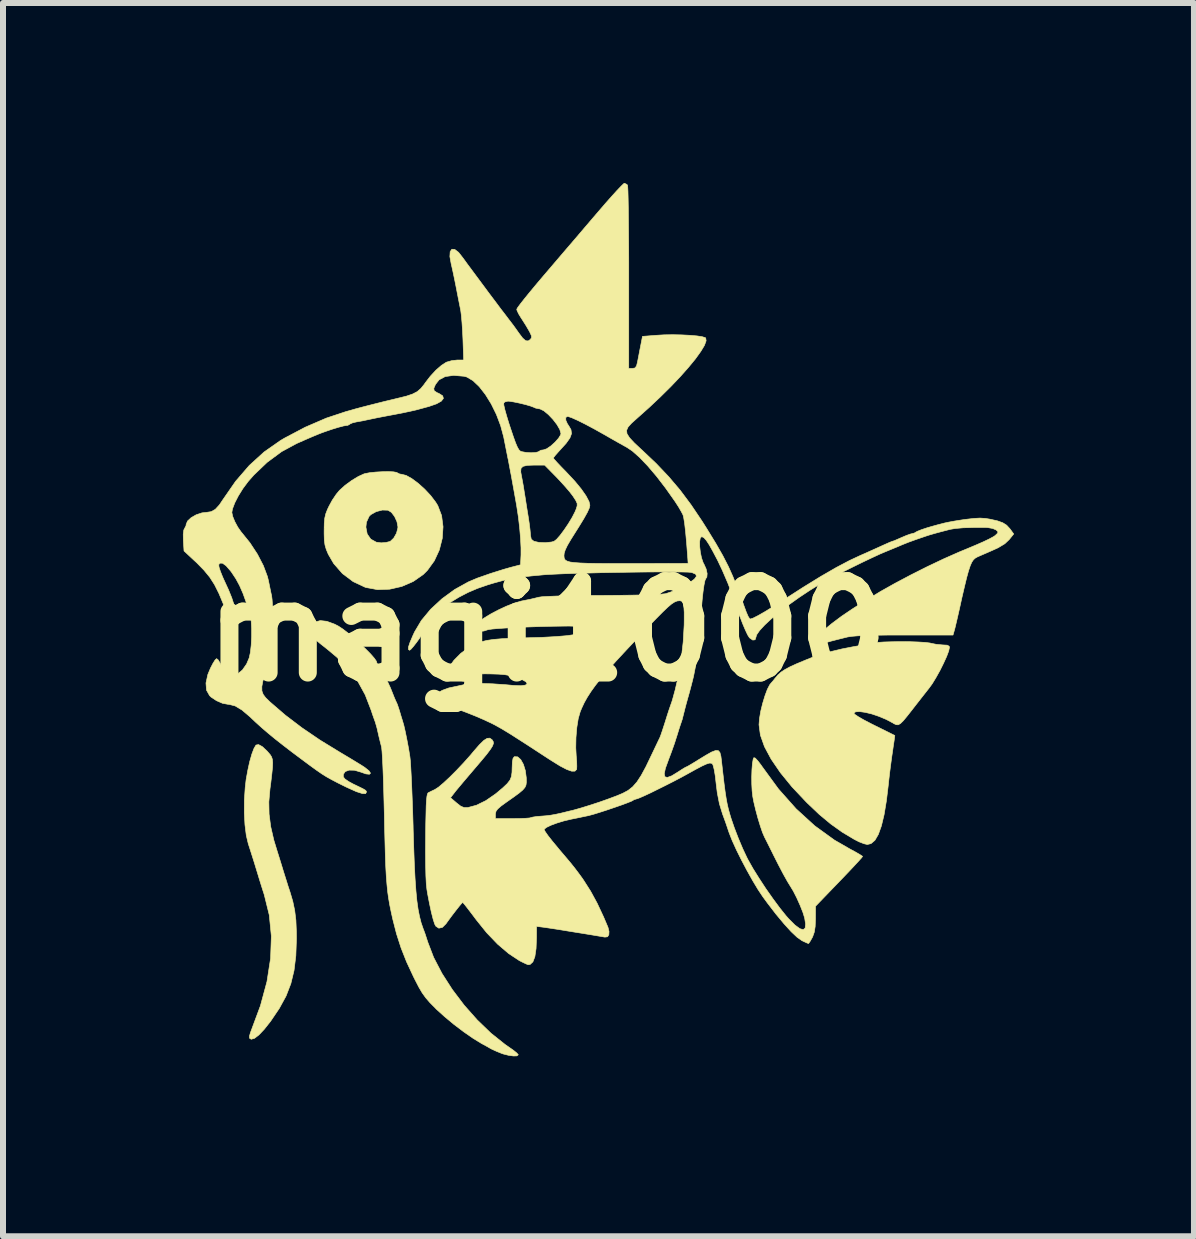
<source format=kicad_pcb>
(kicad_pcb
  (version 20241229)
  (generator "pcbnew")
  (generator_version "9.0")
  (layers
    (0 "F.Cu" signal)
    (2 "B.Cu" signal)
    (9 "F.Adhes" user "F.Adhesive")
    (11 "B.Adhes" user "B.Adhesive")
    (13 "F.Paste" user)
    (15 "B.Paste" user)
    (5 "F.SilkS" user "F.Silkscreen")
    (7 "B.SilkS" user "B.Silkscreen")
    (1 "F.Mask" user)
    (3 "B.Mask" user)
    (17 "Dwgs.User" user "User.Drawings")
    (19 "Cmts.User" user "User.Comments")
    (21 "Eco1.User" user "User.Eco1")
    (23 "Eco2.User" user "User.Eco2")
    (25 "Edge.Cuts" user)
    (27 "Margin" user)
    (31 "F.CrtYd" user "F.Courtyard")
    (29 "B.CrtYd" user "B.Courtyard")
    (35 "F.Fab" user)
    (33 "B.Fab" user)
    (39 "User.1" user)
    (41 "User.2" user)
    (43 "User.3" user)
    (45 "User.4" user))
  (footprint "magi1000"
    (layer "F.Cu")
    (at 6.073 7.473)
    (property "Reference" "magi1000" (at 0 0 0) (layer "F.SilkS") (effects (font (size 1.524 1.524) (thickness 0.3))))
    (attr through_hole)
    (fp_poly (pts (xy -4.75 1.924) (xy -4.671 1.998) (xy -4.65 2.022) (xy -4.618 2.059) (xy -4.596 2.095) (xy -4.582 2.137) (xy -4.577 2.193) (xy -4.58 2.27) (xy -4.591 2.378) (xy -4.608 2.524) (xy -4.622 2.629) (xy -4.641 2.845) (xy -4.637 3.049) (xy -4.61 3.258) (xy -4.558 3.483) (xy -4.501 3.67) (xy -4.468 3.775) (xy -4.429 3.901) (xy -4.395 4.013) (xy -4.358 4.13) (xy -4.32 4.252) (xy -4.288 4.348) (xy -4.242 4.504) (xy -4.21 4.656) (xy -4.19 4.818) (xy -4.182 5.008) (xy -4.181 5.131) (xy -4.191 5.411) (xy -4.221 5.656) (xy -4.274 5.875) (xy -4.354 6.082) (xy -4.466 6.287) (xy -4.612 6.503) (xy -4.616 6.508) (xy -4.718 6.637) (xy -4.807 6.731) (xy -4.88 6.787) (xy -4.935 6.803) (xy -4.964 6.784) (xy -4.964 6.749) (xy -4.946 6.687) (xy -4.937 6.664) (xy -4.781 6.244) (xy -4.672 5.841) (xy -4.612 5.454) (xy -4.599 5.084) (xy -4.634 4.731) (xy -4.717 4.395) (xy -4.725 4.369) (xy -4.741 4.32) (xy -4.768 4.235) (xy -4.802 4.125) (xy -4.839 4.003) (xy -4.84 4) (xy -4.881 3.866) (xy -4.923 3.733) (xy -4.96 3.617) (xy -4.984 3.543) (xy -5.017 3.404) (xy -5.039 3.228) (xy -5.05 3.028) (xy -5.049 2.817) (xy -5.035 2.607) (xy -5.02 2.476) (xy -4.992 2.32) (xy -4.96 2.174) (xy -4.924 2.048) (xy -4.888 1.953) (xy -4.855 1.898) (xy -4.855 1.898) (xy -4.813 1.89) (xy -4.75 1.924)) (stroke (width 0.01) (type solid)) (fill yes) (layer "F.SilkS"))
    (fp_poly (pts (xy -2.565 -2.657) (xy -2.514 -2.648) (xy -2.506 -2.644) (xy -2.46 -2.621) (xy -2.427 -2.616) (xy -2.352 -2.597) (xy -2.257 -2.544) (xy -2.151 -2.465) (xy -2.043 -2.368) (xy -1.944 -2.262) (xy -1.861 -2.153) (xy -1.825 -2.095) (xy -1.761 -1.928) (xy -1.737 -1.741) (xy -1.75 -1.547) (xy -1.799 -1.354) (xy -1.882 -1.174) (xy -1.997 -1.015) (xy -2.066 -0.946) (xy -2.234 -0.829) (xy -2.425 -0.746) (xy -2.627 -0.7) (xy -2.829 -0.693) (xy -3.019 -0.728) (xy -3.036 -0.733) (xy -3.236 -0.827) (xy -3.414 -0.961) (xy -3.56 -1.128) (xy -3.65 -1.283) (xy -3.684 -1.364) (xy -3.705 -1.436) (xy -3.716 -1.516) (xy -3.719 -1.623) (xy -3.719 -1.676) (xy -3.718 -1.735) (xy -3.023 -1.735) (xy -3.001 -1.62) (xy -2.942 -1.535) (xy -2.85 -1.484) (xy -2.769 -1.473) (xy -2.689 -1.479) (xy -2.625 -1.495) (xy -2.615 -1.499) (xy -2.559 -1.552) (xy -2.513 -1.633) (xy -2.49 -1.721) (xy -2.489 -1.74) (xy -2.505 -1.825) (xy -2.544 -1.911) (xy -2.597 -1.981) (xy -2.654 -2.017) (xy -2.654 -2.017) (xy -2.749 -2.02) (xy -2.852 -1.993) (xy -2.94 -1.944) (xy -2.97 -1.914) (xy -3.014 -1.817) (xy -3.023 -1.735) (xy -3.718 -1.735) (xy -3.717 -1.797) (xy -3.709 -1.884) (xy -3.692 -1.957) (xy -3.663 -2.032) (xy -3.638 -2.084) (xy -3.583 -2.185) (xy -3.517 -2.283) (xy -3.464 -2.347) (xy -3.371 -2.431) (xy -3.261 -2.512) (xy -3.15 -2.579) (xy -3.054 -2.623) (xy -3.035 -2.628) (xy -2.957 -2.643) (xy -2.858 -2.653) (xy -2.75 -2.659) (xy -2.648 -2.661) (xy -2.565 -2.657)) (stroke (width 0.01) (type solid)) (fill yes) (layer "F.SilkS"))
    (fp_poly (pts (xy 6.048 0.175) (xy 6.186 0.18) (xy 6.302 0.187) (xy 6.382 0.197) (xy 6.401 0.202) (xy 6.487 0.219) (xy 6.583 0.228) (xy 6.597 0.229) (xy 6.669 0.233) (xy 6.701 0.251) (xy 6.706 0.27) (xy 6.693 0.33) (xy 6.659 0.421) (xy 6.608 0.533) (xy 6.548 0.654) (xy 6.482 0.772) (xy 6.418 0.877) (xy 6.368 0.946) (xy 6.287 1.049) (xy 6.193 1.169) (xy 6.104 1.283) (xy 6.088 1.304) (xy 6 1.416) (xy 5.936 1.493) (xy 5.889 1.539) (xy 5.852 1.56) (xy 5.819 1.559) (xy 5.781 1.542) (xy 5.761 1.529) (xy 5.652 1.471) (xy 5.533 1.421) (xy 5.413 1.38) (xy 5.301 1.353) (xy 5.207 1.34) (xy 5.141 1.344) (xy 5.112 1.366) (xy 5.13 1.388) (xy 5.188 1.427) (xy 5.28 1.48) (xy 5.401 1.543) (xy 5.449 1.567) (xy 5.795 1.739) (xy 5.783 1.828) (xy 5.772 1.899) (xy 5.758 1.998) (xy 5.742 2.105) (xy 5.742 2.108) (xy 5.726 2.226) (xy 5.708 2.367) (xy 5.692 2.507) (xy 5.689 2.54) (xy 5.655 2.824) (xy 5.616 3.059) (xy 5.571 3.246) (xy 5.52 3.388) (xy 5.463 3.486) (xy 5.398 3.541) (xy 5.336 3.556) (xy 5.281 3.543) (xy 5.2 3.512) (xy 5.118 3.47) (xy 4.916 3.349) (xy 4.727 3.214) (xy 4.538 3.057) (xy 4.338 2.867) (xy 4.317 2.846) (xy 4.082 2.597) (xy 3.888 2.359) (xy 3.734 2.134) (xy 3.622 1.925) (xy 3.554 1.733) (xy 3.531 1.56) (xy 3.531 1.558) (xy 3.539 1.455) (xy 3.56 1.332) (xy 3.592 1.202) (xy 3.63 1.077) (xy 3.67 0.969) (xy 3.71 0.892) (xy 3.733 0.864) (xy 3.758 0.836) (xy 3.797 0.787) (xy 3.803 0.78) (xy 3.846 0.729) (xy 3.897 0.683) (xy 3.962 0.64) (xy 4.049 0.593) (xy 4.165 0.54) (xy 4.317 0.477) (xy 4.432 0.431) (xy 4.563 0.386) (xy 4.728 0.34) (xy 4.911 0.296) (xy 5.095 0.26) (xy 5.118 0.256) (xy 5.231 0.236) (xy 5.343 0.214) (xy 5.419 0.199) (xy 5.497 0.188) (xy 5.611 0.18) (xy 5.748 0.176) (xy 5.898 0.174) (xy 6.048 0.175)) (stroke (width 0.01) (type solid)) (fill yes) (layer "F.SilkS"))
    (fp_poly (pts (xy -3.675 -0.165) (xy -3.544 -0.117) (xy -3.482 -0.085) (xy -3.412 -0.039) (xy -3.323 0.029) (xy -3.225 0.112) (xy -3.124 0.203) (xy -3.028 0.295) (xy -2.945 0.379) (xy -2.883 0.45) (xy -2.849 0.499) (xy -2.845 0.513) (xy -2.83 0.555) (xy -2.81 0.582) (xy -2.769 0.641) (xy -2.717 0.732) (xy -2.662 0.84) (xy -2.612 0.949) (xy -2.58 1.029) (xy -2.55 1.105) (xy -2.525 1.163) (xy -2.516 1.181) (xy -2.499 1.219) (xy -2.476 1.287) (xy -2.465 1.321) (xy -2.44 1.406) (xy -2.417 1.48) (xy -2.411 1.499) (xy -2.39 1.572) (xy -2.365 1.681) (xy -2.338 1.815) (xy -2.311 1.959) (xy -2.289 2.095) (xy -2.282 2.16) (xy -2.275 2.269) (xy -2.267 2.416) (xy -2.259 2.593) (xy -2.251 2.794) (xy -2.243 3.013) (xy -2.236 3.243) (xy -2.235 3.302) (xy -2.225 3.622) (xy -2.215 3.895) (xy -2.203 4.129) (xy -2.189 4.326) (xy -2.173 4.493) (xy -2.153 4.635) (xy -2.129 4.756) (xy -2.102 4.862) (xy -2.069 4.958) (xy -2.056 4.991) (xy -2.037 5.043) (xy -2.011 5.123) (xy -1.992 5.182) (xy -1.894 5.438) (xy -1.755 5.705) (xy -1.583 5.973) (xy -1.385 6.235) (xy -1.167 6.481) (xy -0.937 6.703) (xy -0.701 6.891) (xy -0.639 6.934) (xy -0.563 6.987) (xy -0.508 7.032) (xy -0.483 7.06) (xy -0.483 7.062) (xy -0.505 7.08) (xy -0.562 7.082) (xy -0.643 7.071) (xy -0.734 7.048) (xy -0.762 7.038) (xy -0.846 7.004) (xy -0.92 6.97) (xy -0.94 6.96) (xy -1.004 6.923) (xy -1.083 6.88) (xy -1.098 6.872) (xy -1.235 6.788) (xy -1.392 6.679) (xy -1.557 6.554) (xy -1.713 6.424) (xy -1.849 6.301) (xy -1.864 6.285) (xy -1.955 6.193) (xy -2.025 6.112) (xy -2.084 6.03) (xy -2.141 5.933) (xy -2.206 5.807) (xy -2.228 5.763) (xy -2.345 5.512) (xy -2.437 5.279) (xy -2.513 5.043) (xy -2.575 4.801) (xy -2.602 4.679) (xy -2.625 4.567) (xy -2.644 4.457) (xy -2.66 4.344) (xy -2.672 4.222) (xy -2.683 4.084) (xy -2.692 3.923) (xy -2.699 3.734) (xy -2.705 3.51) (xy -2.712 3.246) (xy -2.715 3.073) (xy -2.721 2.843) (xy -2.727 2.626) (xy -2.733 2.428) (xy -2.74 2.255) (xy -2.747 2.112) (xy -2.754 2.006) (xy -2.76 1.943) (xy -2.762 1.93) (xy -2.782 1.853) (xy -2.806 1.755) (xy -2.818 1.702) (xy -2.838 1.614) (xy -2.859 1.541) (xy -2.868 1.511) (xy -2.887 1.459) (xy -2.915 1.38) (xy -2.934 1.321) (xy -3.034 1.062) (xy -3.159 0.834) (xy -3.315 0.627) (xy -3.51 0.431) (xy -3.668 0.299) (xy -3.776 0.214) (xy -3.85 0.152) (xy -3.897 0.108) (xy -3.923 0.074) (xy -3.934 0.043) (xy -3.937 0.007) (xy -3.937 -0.001) (xy -3.919 -0.094) (xy -3.867 -0.153) (xy -3.784 -0.177) (xy -3.675 -0.165)) (stroke (width 0.01) (type solid)) (fill yes) (layer "F.SilkS"))
    (fp_poly (pts (xy 1.327 -7.449) (xy 1.338 -7.436) (xy 1.342 -7.405) (xy 1.346 -7.329) (xy 1.349 -7.21) (xy 1.352 -7.054) (xy 1.354 -6.866) (xy 1.356 -6.649) (xy 1.358 -6.409) (xy 1.359 -6.15) (xy 1.359 -5.893) (xy 1.359 -4.381) (xy 1.422 -4.381) (xy 1.464 -4.389) (xy 1.489 -4.423) (xy 1.504 -4.483) (xy 1.52 -4.564) (xy 1.54 -4.669) (xy 1.556 -4.75) (xy 1.588 -4.915) (xy 1.816 -4.933) (xy 1.951 -4.941) (xy 2.096 -4.943) (xy 2.242 -4.94) (xy 2.379 -4.933) (xy 2.496 -4.923) (xy 2.586 -4.909) (xy 2.636 -4.893) (xy 2.642 -4.888) (xy 2.649 -4.842) (xy 2.621 -4.765) (xy 2.56 -4.664) (xy 2.471 -4.54) (xy 2.355 -4.399) (xy 2.217 -4.243) (xy 2.059 -4.077) (xy 1.885 -3.905) (xy 1.698 -3.729) (xy 1.502 -3.554) (xy 1.492 -3.545) (xy 1.405 -3.467) (xy 1.348 -3.404) (xy 1.323 -3.348) (xy 1.33 -3.291) (xy 1.372 -3.225) (xy 1.449 -3.142) (xy 1.563 -3.035) (xy 1.581 -3.019) (xy 1.817 -2.795) (xy 2.024 -2.577) (xy 2.215 -2.352) (xy 2.398 -2.107) (xy 2.583 -1.832) (xy 2.665 -1.702) (xy 2.81 -1.465) (xy 2.927 -1.26) (xy 3.02 -1.079) (xy 3.094 -0.914) (xy 3.135 -0.81) (xy 3.171 -0.714) (xy 3.202 -0.63) (xy 3.223 -0.576) (xy 3.225 -0.572) (xy 3.248 -0.513) (xy 3.275 -0.438) (xy 3.277 -0.432) (xy 3.32 -0.315) (xy 3.352 -0.242) (xy 3.375 -0.208) (xy 3.385 -0.203) (xy 3.432 -0.218) (xy 3.517 -0.261) (xy 3.636 -0.329) (xy 3.787 -0.423) (xy 3.937 -0.52) (xy 4.267 -0.732) (xy 4.559 -0.912) (xy 4.817 -1.061) (xy 5.041 -1.179) (xy 5.221 -1.263) (xy 5.308 -1.301) (xy 5.419 -1.351) (xy 5.532 -1.402) (xy 5.545 -1.408) (xy 5.636 -1.449) (xy 5.708 -1.481) (xy 5.749 -1.497) (xy 5.755 -1.499) (xy 5.784 -1.508) (xy 5.844 -1.534) (xy 5.908 -1.562) (xy 5.988 -1.596) (xy 6.052 -1.619) (xy 6.08 -1.626) (xy 6.123 -1.637) (xy 6.13 -1.643) (xy 6.168 -1.664) (xy 6.24 -1.693) (xy 6.333 -1.724) (xy 6.426 -1.751) (xy 6.513 -1.775) (xy 6.607 -1.799) (xy 6.617 -1.802) (xy 6.687 -1.817) (xy 6.79 -1.836) (xy 6.909 -1.855) (xy 6.972 -1.864) (xy 7.11 -1.88) (xy 7.215 -1.886) (xy 7.306 -1.88) (xy 7.379 -1.868) (xy 7.505 -1.84) (xy 7.594 -1.808) (xy 7.658 -1.768) (xy 7.709 -1.713) (xy 7.718 -1.702) (xy 7.777 -1.621) (xy 7.702 -1.528) (xy 7.628 -1.458) (xy 7.517 -1.391) (xy 7.427 -1.35) (xy 7.327 -1.306) (xy 7.239 -1.268) (xy 7.177 -1.241) (xy 7.167 -1.236) (xy 7.134 -1.217) (xy 7.105 -1.19) (xy 7.078 -1.15) (xy 7.052 -1.091) (xy 7.024 -1.007) (xy 6.993 -0.895) (xy 6.957 -0.747) (xy 6.913 -0.559) (xy 6.874 -0.381) (xy 6.846 -0.258) (xy 6.82 -0.146) (xy 6.799 -0.058) (xy 6.787 -0.013) (xy 6.765 0.064) (xy 5.954 0.064) (xy 5.695 0.064) (xy 5.482 0.067) (xy 5.312 0.071) (xy 5.179 0.077) (xy 5.082 0.085) (xy 5.014 0.095) (xy 5.004 0.097) (xy 4.847 0.136) (xy 4.731 0.166) (xy 4.647 0.19) (xy 4.594 0.208) (xy 4.515 0.224) (xy 4.454 0.224) (xy 4.381 0.216) (xy 4.493 0.095) (xy 4.6 -0.008) (xy 4.741 -0.125) (xy 4.904 -0.247) (xy 5.078 -0.365) (xy 5.126 -0.396) (xy 5.213 -0.45) (xy 5.292 -0.5) (xy 5.344 -0.533) (xy 5.345 -0.533) (xy 5.552 -0.66) (xy 5.794 -0.796) (xy 6.06 -0.937) (xy 6.336 -1.076) (xy 6.61 -1.206) (xy 6.87 -1.321) (xy 7.001 -1.375) (xy 7.139 -1.433) (xy 7.265 -1.488) (xy 7.368 -1.537) (xy 7.44 -1.576) (xy 7.467 -1.594) (xy 7.509 -1.634) (xy 7.514 -1.659) (xy 7.487 -1.685) (xy 7.482 -1.689) (xy 7.426 -1.713) (xy 7.347 -1.727) (xy 7.317 -1.729) (xy 7.109 -1.729) (xy 6.934 -1.724) (xy 6.799 -1.712) (xy 6.718 -1.698) (xy 6.571 -1.66) (xy 6.46 -1.63) (xy 6.371 -1.604) (xy 6.312 -1.585) (xy 6.157 -1.532) (xy 6.019 -1.482) (xy 5.914 -1.44) (xy 5.905 -1.436) (xy 5.844 -1.41) (xy 5.754 -1.373) (xy 5.655 -1.332) (xy 5.652 -1.331) (xy 5.548 -1.287) (xy 5.412 -1.224) (xy 5.254 -1.149) (xy 5.085 -1.066) (xy 4.919 -0.983) (xy 4.765 -0.904) (xy 4.635 -0.835) (xy 4.559 -0.793) (xy 4.379 -0.682) (xy 4.201 -0.564) (xy 4.031 -0.443) (xy 3.875 -0.322) (xy 3.738 -0.208) (xy 3.625 -0.103) (xy 3.541 -0.012) (xy 3.491 0.06) (xy 3.48 0.099) (xy 3.465 0.143) (xy 3.427 0.148) (xy 3.376 0.113) (xy 3.37 0.107) (xy 3.341 0.061) (xy 3.302 -0.022) (xy 3.257 -0.128) (xy 3.212 -0.246) (xy 3.174 -0.356) (xy 3.099 -0.574) (xy 3.012 -0.8) (xy 2.92 -1.014) (xy 2.841 -1.181) (xy 2.762 -1.331) (xy 2.701 -1.44) (xy 2.653 -1.513) (xy 2.615 -1.556) (xy 2.583 -1.574) (xy 2.573 -1.575) (xy 2.551 -1.552) (xy 2.541 -1.493) (xy 2.542 -1.411) (xy 2.553 -1.316) (xy 2.572 -1.223) (xy 2.599 -1.144) (xy 2.614 -1.116) (xy 2.649 -1.038) (xy 2.666 -0.961) (xy 2.661 -0.901) (xy 2.645 -0.879) (xy 2.63 -0.846) (xy 2.614 -0.77) (xy 2.598 -0.659) (xy 2.583 -0.521) (xy 2.57 -0.364) (xy 2.559 -0.196) (xy 2.554 -0.089) (xy 2.547 0.055) (xy 2.536 0.185) (xy 2.52 0.315) (xy 2.497 0.457) (xy 2.464 0.627) (xy 2.44 0.749) (xy 2.423 0.819) (xy 2.397 0.92) (xy 2.366 1.036) (xy 2.35 1.092) (xy 2.319 1.203) (xy 2.293 1.302) (xy 2.275 1.374) (xy 2.269 1.397) (xy 2.251 1.469) (xy 2.237 1.511) (xy 2.22 1.56) (xy 2.194 1.64) (xy 2.164 1.738) (xy 2.159 1.753) (xy 2.121 1.872) (xy 2.072 2.01) (xy 2.023 2.14) (xy 2.018 2.154) (xy 1.97 2.286) (xy 1.951 2.377) (xy 1.962 2.427) (xy 2.003 2.438) (xy 2.076 2.411) (xy 2.177 2.349) (xy 2.248 2.303) (xy 2.301 2.271) (xy 2.323 2.261) (xy 2.349 2.248) (xy 2.407 2.214) (xy 2.485 2.167) (xy 2.508 2.152) (xy 2.642 2.07) (xy 2.739 2.015) (xy 2.807 1.989) (xy 2.852 1.991) (xy 2.879 2.022) (xy 2.895 2.081) (xy 2.904 2.15) (xy 2.928 2.365) (xy 2.948 2.537) (xy 2.966 2.675) (xy 2.983 2.786) (xy 3 2.878) (xy 3.019 2.961) (xy 3.041 3.041) (xy 3.064 3.118) (xy 3.119 3.278) (xy 3.186 3.452) (xy 3.258 3.623) (xy 3.327 3.77) (xy 3.347 3.809) (xy 3.429 3.955) (xy 3.532 4.12) (xy 3.646 4.294) (xy 3.765 4.463) (xy 3.879 4.617) (xy 3.981 4.744) (xy 4.025 4.794) (xy 4.13 4.899) (xy 4.211 4.959) (xy 4.268 4.976) (xy 4.3 4.95) (xy 4.307 4.88) (xy 4.292 4.783) (xy 4.263 4.689) (xy 4.216 4.57) (xy 4.16 4.445) (xy 4.103 4.333) (xy 4.063 4.267) (xy 4.008 4.178) (xy 3.937 4.051) (xy 3.855 3.895) (xy 3.766 3.719) (xy 3.761 3.708) (xy 3.71 3.606) (xy 3.664 3.514) (xy 3.63 3.447) (xy 3.621 3.429) (xy 3.589 3.355) (xy 3.552 3.246) (xy 3.512 3.115) (xy 3.475 2.977) (xy 3.444 2.847) (xy 3.427 2.758) (xy 3.416 2.663) (xy 3.41 2.548) (xy 3.409 2.426) (xy 3.413 2.308) (xy 3.421 2.208) (xy 3.433 2.136) (xy 3.445 2.108) (xy 3.469 2.116) (xy 3.511 2.161) (xy 3.566 2.233) (xy 3.578 2.251) (xy 3.855 2.63) (xy 4.149 2.961) (xy 4.46 3.245) (xy 4.789 3.483) (xy 5.048 3.632) (xy 5.139 3.681) (xy 5.21 3.722) (xy 5.251 3.749) (xy 5.257 3.756) (xy 5.24 3.778) (xy 5.193 3.831) (xy 5.12 3.91) (xy 5.027 4.009) (xy 4.919 4.122) (xy 4.865 4.178) (xy 4.473 4.585) (xy 4.472 4.795) (xy 4.467 4.924) (xy 4.452 5.018) (xy 4.425 5.094) (xy 4.419 5.106) (xy 4.385 5.167) (xy 4.36 5.203) (xy 4.355 5.207) (xy 4.326 5.196) (xy 4.27 5.17) (xy 4.247 5.159) (xy 4.168 5.104) (xy 4.067 5.009) (xy 3.948 4.878) (xy 3.813 4.716) (xy 3.667 4.526) (xy 3.594 4.426) (xy 3.514 4.306) (xy 3.424 4.156) (xy 3.33 3.988) (xy 3.238 3.814) (xy 3.154 3.645) (xy 3.084 3.491) (xy 3.034 3.364) (xy 3.021 3.327) (xy 3.004 3.275) (xy 2.975 3.19) (xy 2.938 3.088) (xy 2.923 3.048) (xy 2.871 2.878) (xy 2.835 2.694) (xy 2.816 2.54) (xy 2.802 2.416) (xy 2.785 2.313) (xy 2.767 2.241) (xy 2.755 2.213) (xy 2.734 2.2) (xy 2.702 2.199) (xy 2.652 2.215) (xy 2.578 2.249) (xy 2.474 2.304) (xy 2.337 2.38) (xy 2.229 2.439) (xy 2.105 2.504) (xy 1.973 2.571) (xy 1.842 2.636) (xy 1.721 2.696) (xy 1.618 2.744) (xy 1.54 2.778) (xy 1.498 2.794) (xy 1.495 2.794) (xy 1.445 2.809) (xy 1.434 2.818) (xy 1.402 2.835) (xy 1.331 2.863) (xy 1.234 2.899) (xy 1.119 2.939) (xy 0.998 2.98) (xy 0.881 3.018) (xy 0.778 3.05) (xy 0.701 3.071) (xy 0.686 3.075) (xy 0.617 3.089) (xy 0.519 3.11) (xy 0.41 3.132) (xy 0.399 3.134) (xy 0.277 3.163) (xy 0.162 3.198) (xy 0.062 3.235) (xy -0.011 3.27) (xy -0.048 3.299) (xy -0.051 3.307) (xy -0.034 3.341) (xy 0.012 3.407) (xy 0.085 3.5) (xy 0.179 3.613) (xy 0.194 3.632) (xy 0.308 3.766) (xy 0.397 3.872) (xy 0.466 3.959) (xy 0.525 4.037) (xy 0.581 4.114) (xy 0.607 4.152) (xy 0.723 4.334) (xy 0.832 4.534) (xy 0.94 4.765) (xy 1.013 4.937) (xy 1.03 5.006) (xy 1.027 5.06) (xy 1.006 5.094) (xy 0.962 5.1) (xy 0.931 5.095) (xy 0.861 5.083) (xy 0.766 5.067) (xy 0.699 5.056) (xy 0.602 5.04) (xy 0.477 5.02) (xy 0.347 4.999) (xy 0.305 4.992) (xy 0.183 4.972) (xy 0.065 4.954) (xy -0.03 4.94) (xy -0.057 4.936) (xy -0.178 4.921) (xy -0.179 5.108) (xy -0.186 5.291) (xy -0.206 5.426) (xy -0.239 5.513) (xy -0.286 5.556) (xy -0.318 5.56) (xy -0.352 5.547) (xy -0.415 5.517) (xy -0.466 5.491) (xy -0.643 5.374) (xy -0.827 5.217) (xy -1.01 5.026) (xy -1.183 4.811) (xy -1.261 4.707) (xy -1.328 4.62) (xy -1.378 4.556) (xy -1.406 4.524) (xy -1.409 4.521) (xy -1.429 4.54) (xy -1.471 4.59) (xy -1.527 4.661) (xy -1.59 4.743) (xy -1.651 4.826) (xy -1.689 4.879) (xy -1.748 4.938) (xy -1.807 4.951) (xy -1.856 4.919) (xy -1.876 4.883) (xy -1.902 4.802) (xy -1.932 4.684) (xy -1.963 4.54) (xy -1.993 4.384) (xy -2.006 4.305) (xy -2.016 4.213) (xy -2.023 4.075) (xy -2.027 3.894) (xy -2.029 3.676) (xy -2.027 3.424) (xy -2.027 3.419) (xy -2.025 3.207) (xy -2.021 3.039) (xy -2.018 2.912) (xy -2.013 2.82) (xy -2.006 2.757) (xy -1.998 2.718) (xy -1.988 2.697) (xy -1.981 2.692) (xy -1.931 2.667) (xy -1.872 2.639) (xy -1.812 2.6) (xy -1.728 2.529) (xy -1.625 2.433) (xy -1.511 2.319) (xy -1.393 2.194) (xy -1.278 2.065) (xy -1.224 2) (xy -1.129 1.891) (xy -1.056 1.82) (xy -1.001 1.786) (xy -0.957 1.783) (xy -0.919 1.81) (xy -0.914 1.817) (xy -0.899 1.843) (xy -0.897 1.873) (xy -0.913 1.915) (xy -0.949 1.972) (xy -1.009 2.052) (xy -1.097 2.158) (xy -1.206 2.286) (xy -1.303 2.4) (xy -1.394 2.507) (xy -1.471 2.599) (xy -1.526 2.665) (xy -1.545 2.69) (xy -1.612 2.776) (xy -1.511 2.863) (xy -1.442 2.917) (xy -1.387 2.94) (xy -1.326 2.94) (xy -1.32 2.939) (xy -1.179 2.901) (xy -1.024 2.825) (xy -0.866 2.716) (xy -0.846 2.7) (xy -0.74 2.611) (xy -0.667 2.542) (xy -0.621 2.483) (xy -0.597 2.423) (xy -0.587 2.352) (xy -0.585 2.279) (xy -0.581 2.179) (xy -0.57 2.12) (xy -0.55 2.094) (xy -0.546 2.092) (xy -0.492 2.095) (xy -0.441 2.141) (xy -0.397 2.22) (xy -0.365 2.324) (xy -0.349 2.445) (xy -0.349 2.461) (xy -0.348 2.519) (xy -0.354 2.565) (xy -0.372 2.605) (xy -0.408 2.647) (xy -0.468 2.698) (xy -0.558 2.764) (xy -0.679 2.849) (xy -0.77 2.915) (xy -0.826 2.964) (xy -0.854 3.003) (xy -0.863 3.042) (xy -0.864 3.051) (xy -0.864 3.124) (xy -0.576 3.124) (xy -0.46 3.123) (xy -0.363 3.119) (xy -0.297 3.114) (xy -0.272 3.108) (xy -0.24 3.099) (xy -0.173 3.089) (xy -0.096 3.083) (xy -0.018 3.077) (xy 0.056 3.068) (xy 0.136 3.054) (xy 0.236 3.032) (xy 0.366 3) (xy 0.445 2.981) (xy 0.565 2.947) (xy 0.713 2.901) (xy 0.872 2.849) (xy 1.027 2.794) (xy 1.163 2.743) (xy 1.26 2.702) (xy 1.348 2.655) (xy 1.425 2.594) (xy 1.496 2.513) (xy 1.567 2.404) (xy 1.645 2.26) (xy 1.704 2.137) (xy 1.761 2.018) (xy 1.811 1.913) (xy 1.85 1.831) (xy 1.873 1.784) (xy 1.876 1.778) (xy 1.892 1.738) (xy 1.918 1.662) (xy 1.95 1.564) (xy 1.967 1.511) (xy 2 1.405) (xy 2.03 1.313) (xy 2.052 1.249) (xy 2.058 1.232) (xy 2.081 1.166) (xy 2.095 1.118) (xy 2.114 1.048) (xy 2.136 0.968) (xy 2.136 0.965) (xy 2.191 0.728) (xy 2.235 0.459) (xy 2.267 0.176) (xy 2.283 -0.103) (xy 2.284 -0.182) (xy 2.284 -0.318) (xy 2.278 -0.41) (xy 2.266 -0.468) (xy 2.246 -0.498) (xy 2.215 -0.508) (xy 2.205 -0.508) (xy 2.166 -0.504) (xy 2.124 -0.487) (xy 2.074 -0.455) (xy 2.01 -0.401) (xy 1.927 -0.322) (xy 1.82 -0.214) (xy 1.726 -0.116) (xy 1.501 0.12) (xy 1.308 0.325) (xy 1.145 0.501) (xy 1.009 0.654) (xy 0.896 0.786) (xy 0.804 0.902) (xy 0.729 1.006) (xy 0.668 1.101) (xy 0.617 1.192) (xy 0.575 1.282) (xy 0.55 1.342) (xy 0.517 1.457) (xy 0.493 1.607) (xy 0.479 1.774) (xy 0.476 1.944) (xy 0.483 2.074) (xy 0.491 2.172) (xy 0.493 2.253) (xy 0.491 2.3) (xy 0.49 2.304) (xy 0.462 2.333) (xy 0.408 2.334) (xy 0.326 2.305) (xy 0.213 2.246) (xy 0.065 2.154) (xy 0.038 2.137) (xy -0.169 2.002) (xy -0.339 1.891) (xy -0.478 1.802) (xy -0.59 1.73) (xy -0.681 1.674) (xy -0.757 1.628) (xy -0.823 1.591) (xy -0.883 1.558) (xy -0.945 1.527) (xy -0.952 1.524) (xy -1.059 1.474) (xy -1.196 1.415) (xy -1.344 1.356) (xy -1.471 1.308) (xy -1.595 1.262) (xy -1.706 1.218) (xy -1.794 1.18) (xy -1.847 1.154) (xy -1.85 1.152) (xy -1.914 1.11) (xy -1.837 1.041) (xy -1.753 0.987) (xy -1.644 0.947) (xy -1.623 0.942) (xy -1.514 0.919) (xy -1.4 0.894) (xy -1.359 0.886) (xy -1.254 0.873) (xy -1.104 0.871) (xy -0.911 0.877) (xy -0.681 0.893) (xy -0.564 0.904) (xy -0.44 0.909) (xy -0.364 0.899) (xy -0.335 0.876) (xy -0.355 0.843) (xy -0.424 0.804) (xy -0.529 0.765) (xy -0.616 0.741) (xy -0.705 0.725) (xy -0.809 0.716) (xy -0.943 0.712) (xy -1.037 0.711) (xy -1.166 0.713) (xy -1.28 0.717) (xy -1.366 0.724) (xy -1.414 0.732) (xy -1.418 0.733) (xy -1.468 0.749) (xy -1.545 0.765) (xy -1.584 0.771) (xy -1.707 0.787) (xy -1.69 0.72) (xy -1.642 0.606) (xy -1.556 0.486) (xy -1.444 0.372) (xy -1.316 0.276) (xy -1.27 0.249) (xy -1.189 0.209) (xy -1.105 0.178) (xy -1.009 0.154) (xy -0.894 0.137) (xy -0.752 0.125) (xy -0.574 0.116) (xy -0.381 0.111) (xy -0.093 0.103) (xy 0.145 0.09) (xy 0.334 0.074) (xy 0.476 0.053) (xy 0.572 0.028) (xy 0.622 -0.002) (xy 0.628 -0.037) (xy 0.612 -0.058) (xy 0.574 -0.073) (xy 0.491 -0.082) (xy 0.363 -0.086) (xy 0.272 -0.085) (xy 0.07 -0.082) (xy -0.133 -0.077) (xy -0.33 -0.07) (xy -0.514 -0.062) (xy -0.677 -0.054) (xy -0.814 -0.045) (xy -0.918 -0.036) (xy -0.981 -0.027) (xy -0.995 -0.023) (xy -1.057 -0.003) (xy -1.091 0) (xy -1.157 0.014) (xy -1.191 0.029) (xy -1.247 0.047) (xy -1.28 0.043) (xy -1.304 0.015) (xy -1.288 -0.028) (xy -1.237 -0.084) (xy -1.158 -0.148) (xy -1.057 -0.217) (xy -0.94 -0.288) (xy -0.813 -0.355) (xy -0.682 -0.416) (xy -0.554 -0.466) (xy -0.434 -0.502) (xy -0.385 -0.512) (xy -0.284 -0.532) (xy -0.187 -0.555) (xy -0.145 -0.566) (xy -0.091 -0.574) (xy 0.011 -0.58) (xy 0.158 -0.586) (xy 0.346 -0.591) (xy 0.574 -0.594) (xy 0.837 -0.596) (xy 0.909 -0.596) (xy 1.179 -0.598) (xy 1.415 -0.601) (xy 1.615 -0.605) (xy 1.776 -0.61) (xy 1.894 -0.617) (xy 1.965 -0.624) (xy 1.976 -0.626) (xy 2.058 -0.653) (xy 2.159 -0.695) (xy 2.243 -0.736) (xy 2.373 -0.809) (xy 2.454 -0.869) (xy 2.488 -0.916) (xy 2.475 -0.951) (xy 2.416 -0.976) (xy 2.395 -0.981) (xy 2.344 -0.985) (xy 2.25 -0.987) (xy 2.117 -0.989) (xy 1.952 -0.989) (xy 1.763 -0.988) (xy 1.556 -0.986) (xy 1.336 -0.983) (xy 1.11 -0.979) (xy 0.886 -0.975) (xy 0.669 -0.969) (xy 0.465 -0.964) (xy 0.282 -0.958) (xy 0.125 -0.951) (xy 0.002 -0.945) (xy -0.051 -0.941) (xy -0.266 -0.921) (xy -0.444 -0.9) (xy -0.597 -0.876) (xy -0.741 -0.844) (xy -0.888 -0.804) (xy -0.991 -0.773) (xy -1.162 -0.714) (xy -1.317 -0.648) (xy -1.471 -0.568) (xy -1.642 -0.464) (xy -1.685 -0.437) (xy -1.799 -0.355) (xy -1.886 -0.268) (xy -1.968 -0.155) (xy -1.971 -0.152) (xy -2.023 -0.07) (xy -2.062 -0.006) (xy -2.082 0.03) (xy -2.083 0.034) (xy -2.097 0.067) (xy -2.133 0.124) (xy -2.181 0.19) (xy -2.231 0.254) (xy -2.272 0.301) (xy -2.295 0.318) (xy -2.314 0.304) (xy -2.313 0.263) (xy -2.288 0.187) (xy -2.24 0.074) (xy -2.212 0.013) (xy -2.098 -0.179) (xy -1.943 -0.366) (xy -1.755 -0.54) (xy -1.543 -0.695) (xy -1.316 -0.821) (xy -1.168 -0.884) (xy -0.945 -0.962) (xy -0.729 -1.03) (xy -0.61 -1.064) (xy -0.445 -1.107) (xy -0.437 -1.271) (xy -0.437 -1.392) (xy -0.445 -1.549) (xy -0.46 -1.725) (xy -0.481 -1.905) (xy -0.507 -2.075) (xy -0.51 -2.095) (xy -0.53 -2.208) (xy -0.551 -2.325) (xy -0.561 -2.381) (xy -0.602 -2.607) (xy -0.612 -2.658) (xy -0.442 -2.658) (xy -0.432 -2.603) (xy -0.417 -2.524) (xy -0.398 -2.419) (xy -0.383 -2.324) (xy -0.365 -2.213) (xy -0.344 -2.077) (xy -0.322 -1.941) (xy -0.317 -1.911) (xy -0.3 -1.798) (xy -0.287 -1.695) (xy -0.28 -1.62) (xy -0.279 -1.599) (xy -0.266 -1.534) (xy -0.222 -1.499) (xy -0.137 -1.48) (xy -0.03 -1.476) (xy 0.072 -1.487) (xy 0.113 -1.498) (xy 0.156 -1.531) (xy 0.215 -1.598) (xy 0.282 -1.688) (xy 0.351 -1.79) (xy 0.414 -1.894) (xy 0.463 -1.989) (xy 0.482 -2.035) (xy 0.499 -2.089) (xy 0.499 -2.131) (xy 0.476 -2.18) (xy 0.43 -2.251) (xy 0.375 -2.323) (xy 0.295 -2.416) (xy 0.205 -2.515) (xy 0.151 -2.572) (xy -0.043 -2.769) (xy -0.222 -2.769) (xy -0.334 -2.765) (xy -0.404 -2.748) (xy -0.437 -2.715) (xy -0.442 -2.658) (xy -0.612 -2.658) (xy -0.651 -2.865) (xy -0.656 -2.886) (xy 0.102 -2.886) (xy 0.118 -2.864) (xy 0.165 -2.812) (xy 0.233 -2.74) (xy 0.318 -2.653) (xy 0.331 -2.639) (xy 0.46 -2.501) (xy 0.567 -2.371) (xy 0.647 -2.256) (xy 0.697 -2.161) (xy 0.711 -2.1) (xy 0.701 -2.053) (xy 0.668 -1.98) (xy 0.61 -1.876) (xy 0.525 -1.737) (xy 0.477 -1.661) (xy 0.394 -1.529) (xy 0.336 -1.43) (xy 0.301 -1.357) (xy 0.283 -1.3) (xy 0.279 -1.262) (xy 0.281 -1.231) (xy 0.288 -1.205) (xy 0.304 -1.184) (xy 0.335 -1.167) (xy 0.383 -1.153) (xy 0.454 -1.144) (xy 0.551 -1.137) (xy 0.679 -1.132) (xy 0.841 -1.129) (xy 1.043 -1.128) (xy 1.287 -1.128) (xy 1.524 -1.128) (xy 2.349 -1.13) (xy 2.344 -1.206) (xy 2.325 -1.455) (xy 2.307 -1.654) (xy 2.29 -1.802) (xy 2.274 -1.9) (xy 2.264 -1.938) (xy 2.235 -1.994) (xy 2.188 -2.075) (xy 2.131 -2.163) (xy 2.129 -2.166) (xy 1.975 -2.384) (xy 1.823 -2.582) (xy 1.676 -2.755) (xy 1.54 -2.897) (xy 1.419 -3.004) (xy 1.331 -3.063) (xy 1.27 -3.097) (xy 1.177 -3.149) (xy 1.066 -3.212) (xy 0.953 -3.277) (xy 0.787 -3.37) (xy 0.637 -3.45) (xy 0.511 -3.513) (xy 0.413 -3.557) (xy 0.35 -3.579) (xy 0.337 -3.581) (xy 0.309 -3.563) (xy 0.31 -3.517) (xy 0.337 -3.456) (xy 0.356 -3.429) (xy 0.396 -3.361) (xy 0.405 -3.294) (xy 0.378 -3.221) (xy 0.314 -3.131) (xy 0.254 -3.065) (xy 0.186 -2.99) (xy 0.133 -2.93) (xy 0.105 -2.893) (xy 0.102 -2.886) (xy -0.656 -2.886) (xy -0.706 -3.138) (xy -0.726 -3.239) (xy -0.777 -3.428) (xy -0.847 -3.613) (xy -0.933 -3.788) (xy -0.941 -3.801) (xy -0.726 -3.801) (xy -0.723 -3.766) (xy -0.706 -3.692) (xy -0.677 -3.589) (xy -0.639 -3.465) (xy -0.614 -3.389) (xy -0.565 -3.243) (xy -0.527 -3.138) (xy -0.497 -3.068) (xy -0.472 -3.025) (xy -0.448 -3.002) (xy -0.429 -2.994) (xy -0.353 -2.98) (xy -0.27 -2.975) (xy -0.195 -2.979) (xy -0.147 -2.991) (xy -0.14 -2.997) (xy -0.105 -3.017) (xy -0.061 -3.023) (xy -0.009 -3.041) (xy 0.059 -3.087) (xy 0.129 -3.15) (xy 0.189 -3.217) (xy 0.224 -3.274) (xy 0.229 -3.295) (xy 0.21 -3.362) (xy 0.163 -3.444) (xy 0.096 -3.531) (xy 0.02 -3.611) (xy -0.056 -3.674) (xy -0.121 -3.706) (xy -0.138 -3.708) (xy -0.195 -3.72) (xy -0.223 -3.733) (xy -0.276 -3.753) (xy -0.361 -3.778) (xy -0.461 -3.802) (xy -0.558 -3.822) (xy -0.634 -3.834) (xy -0.656 -3.835) (xy -0.707 -3.822) (xy -0.726 -3.801) (xy -0.941 -3.801) (xy -1.03 -3.945) (xy -1.133 -4.077) (xy -1.238 -4.177) (xy -1.339 -4.237) (xy -1.385 -4.25) (xy -1.561 -4.265) (xy -1.701 -4.245) (xy -1.803 -4.191) (xy -1.863 -4.114) (xy -1.891 -4.049) (xy -1.885 -4.009) (xy -1.839 -3.978) (xy -1.804 -3.963) (xy -1.743 -3.924) (xy -1.731 -3.881) (xy -1.765 -3.836) (xy -1.845 -3.791) (xy -1.968 -3.748) (xy -2.089 -3.715) (xy -2.189 -3.688) (xy -2.286 -3.666) (xy -2.395 -3.643) (xy -2.532 -3.616) (xy -2.591 -3.605) (xy -2.718 -3.581) (xy -2.837 -3.558) (xy -2.933 -3.538) (xy -2.985 -3.527) (xy -3.079 -3.507) (xy -3.174 -3.49) (xy -3.182 -3.489) (xy -3.247 -3.473) (xy -3.288 -3.455) (xy -3.291 -3.451) (xy -3.325 -3.432) (xy -3.354 -3.429) (xy -3.4 -3.421) (xy -3.479 -3.4) (xy -3.575 -3.371) (xy -3.599 -3.363) (xy -3.684 -3.334) (xy -3.757 -3.308) (xy -3.831 -3.279) (xy -3.917 -3.243) (xy -4.026 -3.196) (xy -4.169 -3.133) (xy -4.178 -3.129) (xy -4.428 -2.994) (xy -4.669 -2.816) (xy -4.891 -2.604) (xy -4.987 -2.495) (xy -5.073 -2.379) (xy -5.149 -2.257) (xy -5.209 -2.14) (xy -5.247 -2.04) (xy -5.258 -1.98) (xy -5.244 -1.914) (xy -5.208 -1.826) (xy -5.159 -1.735) (xy -5.106 -1.659) (xy -5.099 -1.651) (xy -4.957 -1.475) (xy -4.832 -1.285) (xy -4.733 -1.094) (xy -4.665 -0.913) (xy -4.647 -0.84) (xy -4.626 -0.737) (xy -4.605 -0.635) (xy -4.595 -0.592) (xy -4.587 -0.53) (xy -4.58 -0.428) (xy -4.575 -0.299) (xy -4.572 -0.155) (xy -4.572 -0.079) (xy -4.572 0.076) (xy -4.575 0.193) (xy -4.581 0.282) (xy -4.592 0.355) (xy -4.609 0.426) (xy -4.633 0.504) (xy -4.65 0.551) (xy -4.704 0.711) (xy -4.741 0.833) (xy -4.758 0.924) (xy -4.757 0.995) (xy -4.736 1.053) (xy -4.695 1.108) (xy -4.634 1.168) (xy -4.619 1.182) (xy -4.366 1.4) (xy -4.091 1.609) (xy -3.787 1.816) (xy -3.442 2.027) (xy -3.43 2.034) (xy -3.311 2.105) (xy -3.2 2.172) (xy -3.107 2.229) (xy -3.045 2.269) (xy -3.042 2.271) (xy -2.971 2.328) (xy -2.946 2.367) (xy -2.964 2.385) (xy -3.023 2.379) (xy -3.108 2.349) (xy -3.213 2.318) (xy -3.303 2.316) (xy -3.368 2.34) (xy -3.4 2.389) (xy -3.399 2.429) (xy -3.373 2.463) (xy -3.311 2.506) (xy -3.238 2.546) (xy -3.136 2.595) (xy -3.071 2.627) (xy -3.034 2.649) (xy -3.018 2.665) (xy -3.013 2.679) (xy -3.013 2.68) (xy -3.028 2.708) (xy -3.084 2.706) (xy -3.181 2.675) (xy -3.319 2.613) (xy -3.36 2.594) (xy -3.491 2.529) (xy -3.592 2.476) (xy -3.677 2.429) (xy -3.757 2.379) (xy -3.844 2.319) (xy -3.949 2.243) (xy -4.062 2.159) (xy -4.252 2.017) (xy -4.408 1.897) (xy -4.539 1.794) (xy -4.653 1.7) (xy -4.758 1.61) (xy -4.862 1.516) (xy -4.958 1.425) (xy -5.089 1.314) (xy -5.202 1.246) (xy -5.304 1.22) (xy -5.321 1.219) (xy -5.413 1.202) (xy -5.514 1.158) (xy -5.604 1.098) (xy -5.629 1.074) (xy -5.68 0.983) (xy -5.689 0.864) (xy -5.658 0.722) (xy -5.614 0.616) (xy -5.573 0.537) (xy -5.537 0.48) (xy -5.512 0.457) (xy -5.512 0.457) (xy -5.485 0.479) (xy -5.454 0.532) (xy -5.444 0.552) (xy -5.393 0.654) (xy -5.336 0.713) (xy -5.267 0.736) (xy -5.246 0.737) (xy -5.163 0.713) (xy -5.082 0.647) (xy -5.012 0.547) (xy -4.969 0.446) (xy -4.949 0.356) (xy -4.935 0.233) (xy -4.928 0.093) (xy -4.928 -0.046) (xy -4.935 -0.169) (xy -4.949 -0.26) (xy -4.951 -0.265) (xy -5.013 -0.466) (xy -5.071 -0.628) (xy -5.129 -0.761) (xy -5.191 -0.875) (xy -5.262 -0.982) (xy -5.28 -1.006) (xy -5.354 -1.091) (xy -5.414 -1.134) (xy -5.458 -1.134) (xy -5.476 -1.109) (xy -5.472 -1.07) (xy -5.449 -0.998) (xy -5.412 -0.906) (xy -5.391 -0.859) (xy -5.313 -0.689) (xy -5.259 -0.556) (xy -5.226 -0.454) (xy -5.212 -0.374) (xy -5.212 -0.325) (xy -5.226 -0.264) (xy -5.258 -0.242) (xy -5.268 -0.241) (xy -5.298 -0.254) (xy -5.329 -0.297) (xy -5.368 -0.376) (xy -5.396 -0.445) (xy -5.472 -0.627) (xy -5.546 -0.775) (xy -5.626 -0.9) (xy -5.723 -1.018) (xy -5.844 -1.142) (xy -5.889 -1.183) (xy -6.055 -1.338) (xy -6.066 -1.509) (xy -6.068 -1.616) (xy -6.059 -1.687) (xy -6.048 -1.709) (xy -6.022 -1.759) (xy -6.02 -1.779) (xy -5.997 -1.836) (xy -5.937 -1.892) (xy -5.852 -1.941) (xy -5.756 -1.973) (xy -5.681 -1.981) (xy -5.602 -1.993) (xy -5.533 -2.032) (xy -5.465 -2.106) (xy -5.409 -2.19) (xy -5.195 -2.499) (xy -4.967 -2.763) (xy -4.721 -2.987) (xy -4.45 -3.177) (xy -4.381 -3.218) (xy -4.034 -3.401) (xy -3.684 -3.552) (xy -3.359 -3.66) (xy -3.276 -3.683) (xy -3.186 -3.709) (xy -3.181 -3.71) (xy -3.103 -3.731) (xy -2.991 -3.76) (xy -2.857 -3.794) (xy -2.718 -3.829) (xy -2.588 -3.86) (xy -2.489 -3.884) (xy -2.347 -3.919) (xy -2.244 -3.954) (xy -2.167 -3.994) (xy -2.107 -4.046) (xy -2.05 -4.116) (xy -2.034 -4.14) (xy -1.95 -4.249) (xy -1.856 -4.351) (xy -1.763 -4.432) (xy -1.684 -4.483) (xy -1.68 -4.485) (xy -1.594 -4.51) (xy -1.5 -4.521) (xy -1.494 -4.521) (xy -1.393 -4.521) (xy -1.405 -4.87) (xy -1.412 -5.011) (xy -1.421 -5.146) (xy -1.431 -5.26) (xy -1.441 -5.34) (xy -1.442 -5.347) (xy -1.458 -5.426) (xy -1.48 -5.537) (xy -1.505 -5.665) (xy -1.522 -5.753) (xy -1.547 -5.877) (xy -1.571 -5.991) (xy -1.591 -6.081) (xy -1.601 -6.124) (xy -1.623 -6.245) (xy -1.618 -6.327) (xy -1.59 -6.368) (xy -1.542 -6.365) (xy -1.478 -6.316) (xy -1.413 -6.233) (xy -1.382 -6.191) (xy -1.327 -6.115) (xy -1.251 -6.013) (xy -1.162 -5.893) (xy -1.064 -5.761) (xy -0.964 -5.626) (xy -0.865 -5.495) (xy -0.775 -5.374) (xy -0.697 -5.273) (xy -0.639 -5.196) (xy -0.608 -5.156) (xy -0.564 -5.098) (xy -0.508 -5.02) (xy -0.475 -4.973) (xy -0.41 -4.887) (xy -0.36 -4.843) (xy -0.317 -4.839) (xy -0.283 -4.863) (xy -0.262 -4.891) (xy -0.263 -4.925) (xy -0.288 -4.98) (xy -0.304 -5.01) (xy -0.358 -5.102) (xy -0.419 -5.198) (xy -0.436 -5.224) (xy -0.478 -5.293) (xy -0.504 -5.349) (xy -0.508 -5.368) (xy -0.492 -5.396) (xy -0.447 -5.457) (xy -0.377 -5.546) (xy -0.285 -5.659) (xy -0.177 -5.789) (xy -0.056 -5.932) (xy -0.019 -5.975) (xy 0.132 -6.152) (xy 0.296 -6.344) (xy 0.465 -6.541) (xy 0.626 -6.73) (xy 0.772 -6.901) (xy 0.863 -7.007) (xy 0.974 -7.136) (xy 1.076 -7.251) (xy 1.163 -7.347) (xy 1.231 -7.418) (xy 1.274 -7.46) (xy 1.287 -7.468) (xy 1.327 -7.449)) (stroke (width 0.01) (type solid)) (fill yes) (layer "F.SilkS")))
  (gr_rect
    (start -3 -3)
    (end 16.855 17.56)
    (stroke (width 0.1) (type default))
    (fill no)
    (layer "Edge.Cuts")))
</source>
